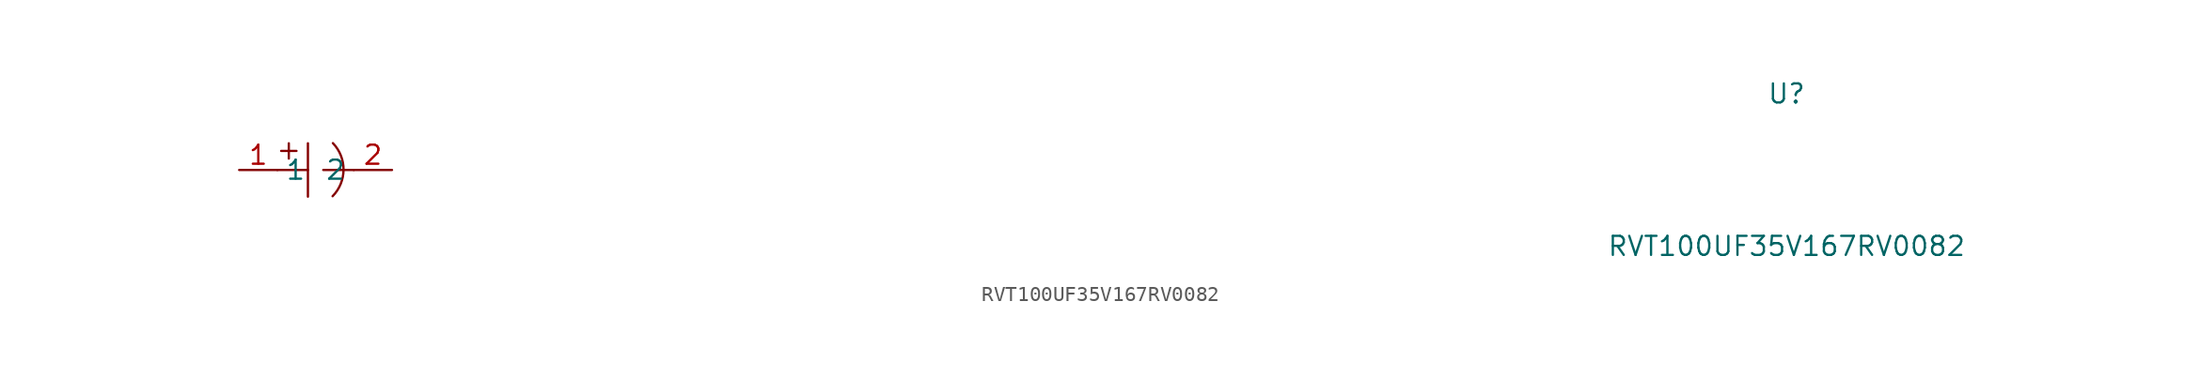
<source format=kicad_sym>
(kicad_symbol_lib
  (version 1)
  (generator "faebryk")
  (symbol "RVT100UF35V167RV0082"
    (property "Reference" "U"
      (at 0 81.28 0)
      (effects (font (size 1.27 1.27)) (hide no)))
    (property "Value" "RVT100UF35V167RV0082"
      (at 0 71.12 0)
      (effects (font (size 1.27 1.27)) (hide no)))
    (symbol "RVT100UF35V167RV0082_0_1"
      (polyline (stroke (width 0) (type default) (color 0 0 0 0)) (fill (type none)) (pts (xy -98.3 77.98) (xy -98.3 74.42)))
      (polyline (stroke (width 0) (type default) (color 0 0 0 0)) (fill (type none)) (pts (xy -100.33 76.2) (xy -98.3 76.2)))
      (polyline (stroke (width 0) (type default) (color 0 0 0 0)) (fill (type none)) (pts (xy -97.28 76.2) (xy -95.25 76.2)))
      (polyline (stroke (width 0) (type default) (color 0 0 0 0)) (fill (type none)) (pts (xy -100.08 77.47) (xy -99.06 77.47)))
      (polyline (stroke (width 0) (type default) (color 0 0 0 0)) (fill (type none)) (pts (xy -99.57 77.98) (xy -99.57 76.96)))
      (arc (start -96.66 74.45) (mid -92.32 75.79) (end -96.64 77.99) (stroke (width 0) (type default) (color 0 0 0 0)) (fill (type none)))
      (pin input line (at -102.87 76.2 0) (length 2.54) (name "1" (effects (font (size 1.27 1.27)) (hide no))) (number "1" (effects (font (size 1.27 1.27)) (hide no))))
      (pin input line (at -92.71 76.2 180) (length 2.54) (name "2" (effects (font (size 1.27 1.27)) (hide no))) (number "2" (effects (font (size 1.27 1.27)) (hide no)))))))
</source>
